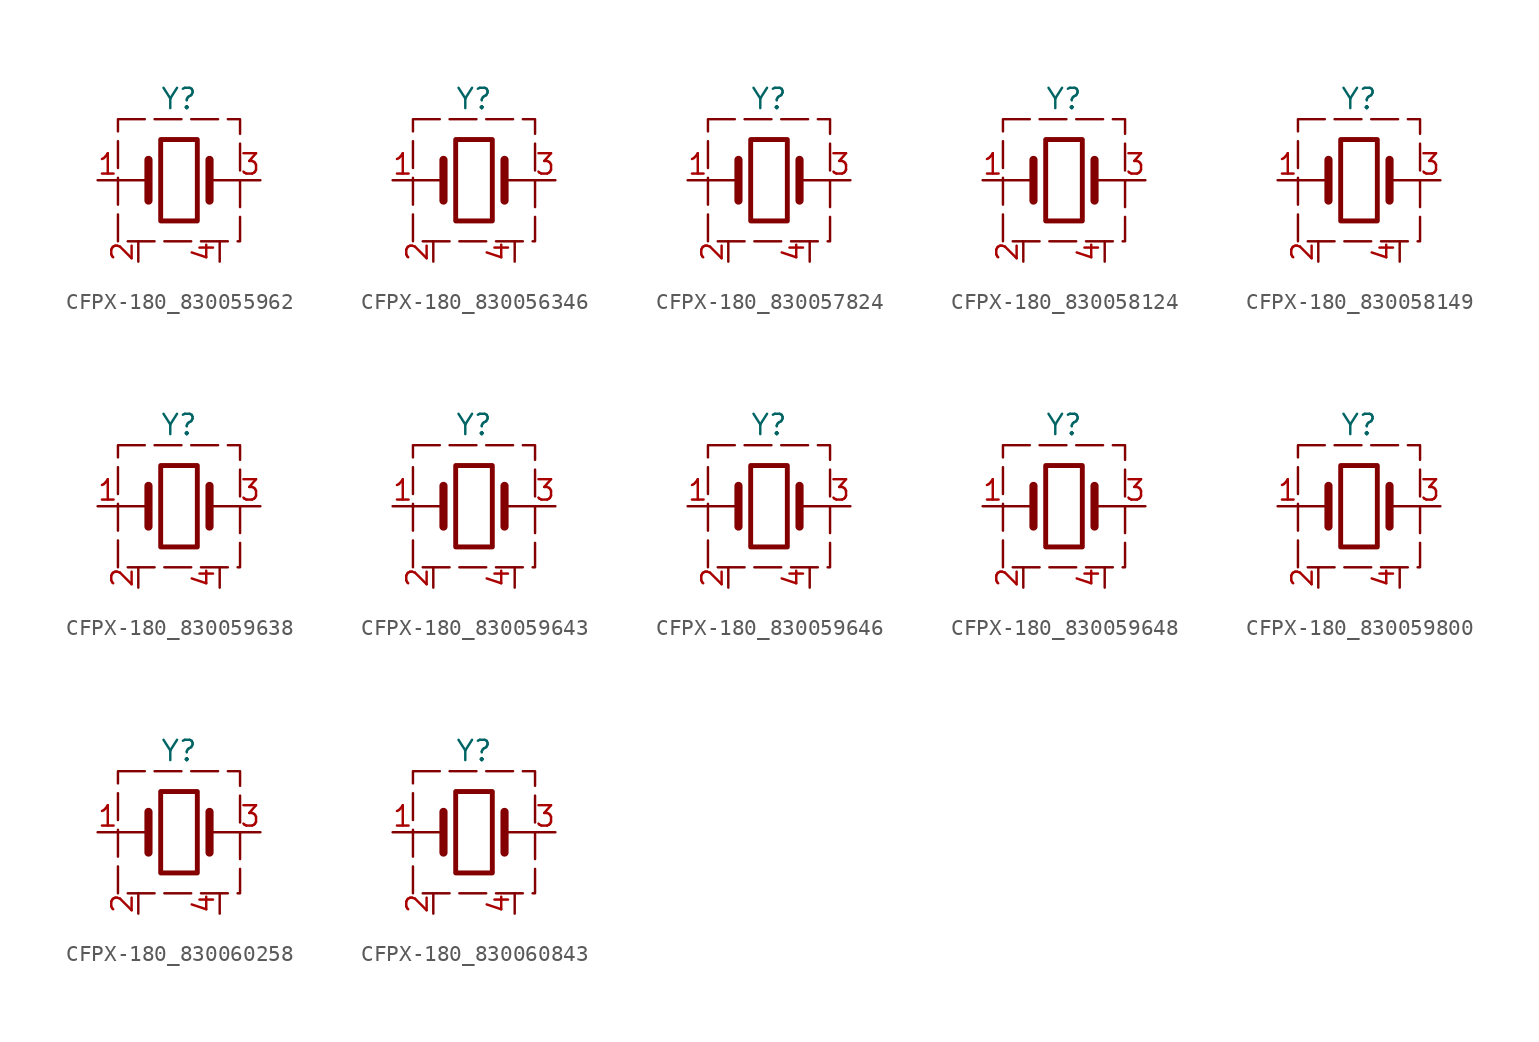
<source format=kicad_sym>
(kicad_symbol_lib
  (version 20220914)
  (generator kicad_symbol_editor)
  (symbol "CFPX-180_830055962"
    (pin_names hide)
    (property "Reference" "Y"
      (at 0 5.08 0)
      (effects (font (size 1.27 1.27))))
    (property "Critical Parameter" ""
      (at 0 -5.08 0)
      (effects (font (size 1.27 1.27)) (justify left)))
    (symbol "CFPX-180_830055962_0_1"
      (rectangle (start -1.143 2.54) (end 1.143 -2.54) (stroke (width 0.305) (type default)) (fill (type none)))
      (polyline (pts (xy -3.81 0) (xy -1.905 0)) (stroke (width 0) (type default)) (fill (type none)))
      (polyline (pts (xy -1.905 -1.27) (xy -1.905 1.27)) (stroke (width 0.508) (type default)) (fill (type none)))
      (polyline (pts (xy 1.905 -1.27) (xy 1.905 1.27)) (stroke (width 0.508) (type default)) (fill (type none)))
      (polyline (pts (xy 3.81 0) (xy 1.905 0)) (stroke (width 0) (type default)) (fill (type none))))
    (symbol "CFPX-180_830055962_1_1"
      (rectangle (start -3.81 3.81) (end 3.81 -3.81) (stroke (width 0) (type dash)) (fill (type none)))
      (pin passive line (at -5.08 0 0) (length 1.27) (name "1" (effects (font (size 1.27 1.27)))) (number "1" (effects (font (size 1.27 1.27)))))
      (pin passive line (at -2.54 -5.08 90) (length 1.27) (name "GND" (effects (font (size 1.27 1.27)))) (number "2" (effects (font (size 1.27 1.27)))))
      (pin passive line (at 5.08 0 180) (length 1.27) (name "3" (effects (font (size 1.27 1.27)))) (number "3" (effects (font (size 1.27 1.27)))))
      (pin passive line (at 2.54 -5.08 90) (length 1.27) (name "GND1" (effects (font (size 1.27 1.27)))) (number "4" (effects (font (size 1.27 1.27)))))))
  (symbol "CFPX-180_830056346"
    (pin_names hide)
    (property "Reference" "Y"
      (at 0 5.08 0)
      (effects (font (size 1.27 1.27))))
    (property "Critical Parameter" ""
      (at 0 -5.08 0)
      (effects (font (size 1.27 1.27)) (justify left)))
    (symbol "CFPX-180_830056346_0_1"
      (rectangle (start -1.143 2.54) (end 1.143 -2.54) (stroke (width 0.305) (type default)) (fill (type none)))
      (polyline (pts (xy -3.81 0) (xy -1.905 0)) (stroke (width 0) (type default)) (fill (type none)))
      (polyline (pts (xy -1.905 -1.27) (xy -1.905 1.27)) (stroke (width 0.508) (type default)) (fill (type none)))
      (polyline (pts (xy 1.905 -1.27) (xy 1.905 1.27)) (stroke (width 0.508) (type default)) (fill (type none)))
      (polyline (pts (xy 3.81 0) (xy 1.905 0)) (stroke (width 0) (type default)) (fill (type none))))
    (symbol "CFPX-180_830056346_1_1"
      (rectangle (start -3.81 3.81) (end 3.81 -3.81) (stroke (width 0) (type dash)) (fill (type none)))
      (pin passive line (at -5.08 0 0) (length 1.27) (name "1" (effects (font (size 1.27 1.27)))) (number "1" (effects (font (size 1.27 1.27)))))
      (pin passive line (at -2.54 -5.08 90) (length 1.27) (name "GND" (effects (font (size 1.27 1.27)))) (number "2" (effects (font (size 1.27 1.27)))))
      (pin passive line (at 5.08 0 180) (length 1.27) (name "3" (effects (font (size 1.27 1.27)))) (number "3" (effects (font (size 1.27 1.27)))))
      (pin passive line (at 2.54 -5.08 90) (length 1.27) (name "GND1" (effects (font (size 1.27 1.27)))) (number "4" (effects (font (size 1.27 1.27)))))))
  (symbol "CFPX-180_830057824"
    (pin_names hide)
    (property "Reference" "Y"
      (at 0 5.08 0)
      (effects (font (size 1.27 1.27))))
    (property "Critical Parameter" ""
      (at 0 -5.08 0)
      (effects (font (size 1.27 1.27)) (justify left)))
    (symbol "CFPX-180_830057824_0_1"
      (rectangle (start -1.143 2.54) (end 1.143 -2.54) (stroke (width 0.305) (type default)) (fill (type none)))
      (polyline (pts (xy -3.81 0) (xy -1.905 0)) (stroke (width 0) (type default)) (fill (type none)))
      (polyline (pts (xy -1.905 -1.27) (xy -1.905 1.27)) (stroke (width 0.508) (type default)) (fill (type none)))
      (polyline (pts (xy 1.905 -1.27) (xy 1.905 1.27)) (stroke (width 0.508) (type default)) (fill (type none)))
      (polyline (pts (xy 3.81 0) (xy 1.905 0)) (stroke (width 0) (type default)) (fill (type none))))
    (symbol "CFPX-180_830057824_1_1"
      (rectangle (start -3.81 3.81) (end 3.81 -3.81) (stroke (width 0) (type dash)) (fill (type none)))
      (pin passive line (at -5.08 0 0) (length 1.27) (name "1" (effects (font (size 1.27 1.27)))) (number "1" (effects (font (size 1.27 1.27)))))
      (pin passive line (at -2.54 -5.08 90) (length 1.27) (name "GND" (effects (font (size 1.27 1.27)))) (number "2" (effects (font (size 1.27 1.27)))))
      (pin passive line (at 5.08 0 180) (length 1.27) (name "3" (effects (font (size 1.27 1.27)))) (number "3" (effects (font (size 1.27 1.27)))))
      (pin passive line (at 2.54 -5.08 90) (length 1.27) (name "GND1" (effects (font (size 1.27 1.27)))) (number "4" (effects (font (size 1.27 1.27)))))))
  (symbol "CFPX-180_830058124"
    (pin_names hide)
    (property "Reference" "Y"
      (at 0 5.08 0)
      (effects (font (size 1.27 1.27))))
    (property "Critical Parameter" ""
      (at 0 -5.08 0)
      (effects (font (size 1.27 1.27)) (justify left)))
    (symbol "CFPX-180_830058124_0_1"
      (rectangle (start -1.143 2.54) (end 1.143 -2.54) (stroke (width 0.305) (type default)) (fill (type none)))
      (polyline (pts (xy -3.81 0) (xy -1.905 0)) (stroke (width 0) (type default)) (fill (type none)))
      (polyline (pts (xy -1.905 -1.27) (xy -1.905 1.27)) (stroke (width 0.508) (type default)) (fill (type none)))
      (polyline (pts (xy 1.905 -1.27) (xy 1.905 1.27)) (stroke (width 0.508) (type default)) (fill (type none)))
      (polyline (pts (xy 3.81 0) (xy 1.905 0)) (stroke (width 0) (type default)) (fill (type none))))
    (symbol "CFPX-180_830058124_1_1"
      (rectangle (start -3.81 3.81) (end 3.81 -3.81) (stroke (width 0) (type dash)) (fill (type none)))
      (pin passive line (at -5.08 0 0) (length 1.27) (name "1" (effects (font (size 1.27 1.27)))) (number "1" (effects (font (size 1.27 1.27)))))
      (pin passive line (at -2.54 -5.08 90) (length 1.27) (name "GND" (effects (font (size 1.27 1.27)))) (number "2" (effects (font (size 1.27 1.27)))))
      (pin passive line (at 5.08 0 180) (length 1.27) (name "3" (effects (font (size 1.27 1.27)))) (number "3" (effects (font (size 1.27 1.27)))))
      (pin passive line (at 2.54 -5.08 90) (length 1.27) (name "GND1" (effects (font (size 1.27 1.27)))) (number "4" (effects (font (size 1.27 1.27)))))))
  (symbol "CFPX-180_830058149"
    (pin_names hide)
    (property "Reference" "Y"
      (at 0 5.08 0)
      (effects (font (size 1.27 1.27))))
    (property "Critical Parameter" ""
      (at 0 -5.08 0)
      (effects (font (size 1.27 1.27)) (justify left)))
    (symbol "CFPX-180_830058149_0_1"
      (rectangle (start -1.143 2.54) (end 1.143 -2.54) (stroke (width 0.305) (type default)) (fill (type none)))
      (polyline (pts (xy -3.81 0) (xy -1.905 0)) (stroke (width 0) (type default)) (fill (type none)))
      (polyline (pts (xy -1.905 -1.27) (xy -1.905 1.27)) (stroke (width 0.508) (type default)) (fill (type none)))
      (polyline (pts (xy 1.905 -1.27) (xy 1.905 1.27)) (stroke (width 0.508) (type default)) (fill (type none)))
      (polyline (pts (xy 3.81 0) (xy 1.905 0)) (stroke (width 0) (type default)) (fill (type none))))
    (symbol "CFPX-180_830058149_1_1"
      (rectangle (start -3.81 3.81) (end 3.81 -3.81) (stroke (width 0) (type dash)) (fill (type none)))
      (pin passive line (at -5.08 0 0) (length 1.27) (name "1" (effects (font (size 1.27 1.27)))) (number "1" (effects (font (size 1.27 1.27)))))
      (pin passive line (at -2.54 -5.08 90) (length 1.27) (name "GND" (effects (font (size 1.27 1.27)))) (number "2" (effects (font (size 1.27 1.27)))))
      (pin passive line (at 5.08 0 180) (length 1.27) (name "3" (effects (font (size 1.27 1.27)))) (number "3" (effects (font (size 1.27 1.27)))))
      (pin passive line (at 2.54 -5.08 90) (length 1.27) (name "GND1" (effects (font (size 1.27 1.27)))) (number "4" (effects (font (size 1.27 1.27)))))))
  (symbol "CFPX-180_830059638"
    (pin_names hide)
    (property "Reference" "Y"
      (at 0 5.08 0)
      (effects (font (size 1.27 1.27))))
    (property "Critical Parameter" ""
      (at 0 -5.08 0)
      (effects (font (size 1.27 1.27)) (justify left)))
    (symbol "CFPX-180_830059638_0_1"
      (rectangle (start -1.143 2.54) (end 1.143 -2.54) (stroke (width 0.305) (type default)) (fill (type none)))
      (polyline (pts (xy -3.81 0) (xy -1.905 0)) (stroke (width 0) (type default)) (fill (type none)))
      (polyline (pts (xy -1.905 -1.27) (xy -1.905 1.27)) (stroke (width 0.508) (type default)) (fill (type none)))
      (polyline (pts (xy 1.905 -1.27) (xy 1.905 1.27)) (stroke (width 0.508) (type default)) (fill (type none)))
      (polyline (pts (xy 3.81 0) (xy 1.905 0)) (stroke (width 0) (type default)) (fill (type none))))
    (symbol "CFPX-180_830059638_1_1"
      (rectangle (start -3.81 3.81) (end 3.81 -3.81) (stroke (width 0) (type dash)) (fill (type none)))
      (pin passive line (at -5.08 0 0) (length 1.27) (name "1" (effects (font (size 1.27 1.27)))) (number "1" (effects (font (size 1.27 1.27)))))
      (pin passive line (at -2.54 -5.08 90) (length 1.27) (name "GND" (effects (font (size 1.27 1.27)))) (number "2" (effects (font (size 1.27 1.27)))))
      (pin passive line (at 5.08 0 180) (length 1.27) (name "3" (effects (font (size 1.27 1.27)))) (number "3" (effects (font (size 1.27 1.27)))))
      (pin passive line (at 2.54 -5.08 90) (length 1.27) (name "GND1" (effects (font (size 1.27 1.27)))) (number "4" (effects (font (size 1.27 1.27)))))))
  (symbol "CFPX-180_830059643"
    (pin_names hide)
    (property "Reference" "Y"
      (at 0 5.08 0)
      (effects (font (size 1.27 1.27))))
    (property "Critical Parameter" ""
      (at 0 -5.08 0)
      (effects (font (size 1.27 1.27)) (justify left)))
    (symbol "CFPX-180_830059643_0_1"
      (rectangle (start -1.143 2.54) (end 1.143 -2.54) (stroke (width 0.305) (type default)) (fill (type none)))
      (polyline (pts (xy -3.81 0) (xy -1.905 0)) (stroke (width 0) (type default)) (fill (type none)))
      (polyline (pts (xy -1.905 -1.27) (xy -1.905 1.27)) (stroke (width 0.508) (type default)) (fill (type none)))
      (polyline (pts (xy 1.905 -1.27) (xy 1.905 1.27)) (stroke (width 0.508) (type default)) (fill (type none)))
      (polyline (pts (xy 3.81 0) (xy 1.905 0)) (stroke (width 0) (type default)) (fill (type none))))
    (symbol "CFPX-180_830059643_1_1"
      (rectangle (start -3.81 3.81) (end 3.81 -3.81) (stroke (width 0) (type dash)) (fill (type none)))
      (pin passive line (at -5.08 0 0) (length 1.27) (name "1" (effects (font (size 1.27 1.27)))) (number "1" (effects (font (size 1.27 1.27)))))
      (pin passive line (at -2.54 -5.08 90) (length 1.27) (name "GND" (effects (font (size 1.27 1.27)))) (number "2" (effects (font (size 1.27 1.27)))))
      (pin passive line (at 5.08 0 180) (length 1.27) (name "3" (effects (font (size 1.27 1.27)))) (number "3" (effects (font (size 1.27 1.27)))))
      (pin passive line (at 2.54 -5.08 90) (length 1.27) (name "GND1" (effects (font (size 1.27 1.27)))) (number "4" (effects (font (size 1.27 1.27)))))))
  (symbol "CFPX-180_830059646"
    (pin_names hide)
    (property "Reference" "Y"
      (at 0 5.08 0)
      (effects (font (size 1.27 1.27))))
    (property "Critical Parameter" ""
      (at 0 -5.08 0)
      (effects (font (size 1.27 1.27)) (justify left)))
    (symbol "CFPX-180_830059646_0_1"
      (rectangle (start -1.143 2.54) (end 1.143 -2.54) (stroke (width 0.305) (type default)) (fill (type none)))
      (polyline (pts (xy -3.81 0) (xy -1.905 0)) (stroke (width 0) (type default)) (fill (type none)))
      (polyline (pts (xy -1.905 -1.27) (xy -1.905 1.27)) (stroke (width 0.508) (type default)) (fill (type none)))
      (polyline (pts (xy 1.905 -1.27) (xy 1.905 1.27)) (stroke (width 0.508) (type default)) (fill (type none)))
      (polyline (pts (xy 3.81 0) (xy 1.905 0)) (stroke (width 0) (type default)) (fill (type none))))
    (symbol "CFPX-180_830059646_1_1"
      (rectangle (start -3.81 3.81) (end 3.81 -3.81) (stroke (width 0) (type dash)) (fill (type none)))
      (pin passive line (at -5.08 0 0) (length 1.27) (name "1" (effects (font (size 1.27 1.27)))) (number "1" (effects (font (size 1.27 1.27)))))
      (pin passive line (at -2.54 -5.08 90) (length 1.27) (name "GND" (effects (font (size 1.27 1.27)))) (number "2" (effects (font (size 1.27 1.27)))))
      (pin passive line (at 5.08 0 180) (length 1.27) (name "3" (effects (font (size 1.27 1.27)))) (number "3" (effects (font (size 1.27 1.27)))))
      (pin passive line (at 2.54 -5.08 90) (length 1.27) (name "GND1" (effects (font (size 1.27 1.27)))) (number "4" (effects (font (size 1.27 1.27)))))))
  (symbol "CFPX-180_830059648"
    (pin_names hide)
    (property "Reference" "Y"
      (at 0 5.08 0)
      (effects (font (size 1.27 1.27))))
    (property "Critical Parameter" ""
      (at 0 -5.08 0)
      (effects (font (size 1.27 1.27)) (justify left)))
    (symbol "CFPX-180_830059648_0_1"
      (rectangle (start -1.143 2.54) (end 1.143 -2.54) (stroke (width 0.305) (type default)) (fill (type none)))
      (polyline (pts (xy -3.81 0) (xy -1.905 0)) (stroke (width 0) (type default)) (fill (type none)))
      (polyline (pts (xy -1.905 -1.27) (xy -1.905 1.27)) (stroke (width 0.508) (type default)) (fill (type none)))
      (polyline (pts (xy 1.905 -1.27) (xy 1.905 1.27)) (stroke (width 0.508) (type default)) (fill (type none)))
      (polyline (pts (xy 3.81 0) (xy 1.905 0)) (stroke (width 0) (type default)) (fill (type none))))
    (symbol "CFPX-180_830059648_1_1"
      (rectangle (start -3.81 3.81) (end 3.81 -3.81) (stroke (width 0) (type dash)) (fill (type none)))
      (pin passive line (at -5.08 0 0) (length 1.27) (name "1" (effects (font (size 1.27 1.27)))) (number "1" (effects (font (size 1.27 1.27)))))
      (pin passive line (at -2.54 -5.08 90) (length 1.27) (name "GND" (effects (font (size 1.27 1.27)))) (number "2" (effects (font (size 1.27 1.27)))))
      (pin passive line (at 5.08 0 180) (length 1.27) (name "3" (effects (font (size 1.27 1.27)))) (number "3" (effects (font (size 1.27 1.27)))))
      (pin passive line (at 2.54 -5.08 90) (length 1.27) (name "GND1" (effects (font (size 1.27 1.27)))) (number "4" (effects (font (size 1.27 1.27)))))))
  (symbol "CFPX-180_830059800"
    (pin_names hide)
    (property "Reference" "Y"
      (at 0 5.08 0)
      (effects (font (size 1.27 1.27))))
    (property "Critical Parameter" ""
      (at 0 -5.08 0)
      (effects (font (size 1.27 1.27)) (justify left)))
    (symbol "CFPX-180_830059800_0_1"
      (rectangle (start -1.143 2.54) (end 1.143 -2.54) (stroke (width 0.305) (type default)) (fill (type none)))
      (polyline (pts (xy -3.81 0) (xy -1.905 0)) (stroke (width 0) (type default)) (fill (type none)))
      (polyline (pts (xy -1.905 -1.27) (xy -1.905 1.27)) (stroke (width 0.508) (type default)) (fill (type none)))
      (polyline (pts (xy 1.905 -1.27) (xy 1.905 1.27)) (stroke (width 0.508) (type default)) (fill (type none)))
      (polyline (pts (xy 3.81 0) (xy 1.905 0)) (stroke (width 0) (type default)) (fill (type none))))
    (symbol "CFPX-180_830059800_1_1"
      (rectangle (start -3.81 3.81) (end 3.81 -3.81) (stroke (width 0) (type dash)) (fill (type none)))
      (pin passive line (at -5.08 0 0) (length 1.27) (name "1" (effects (font (size 1.27 1.27)))) (number "1" (effects (font (size 1.27 1.27)))))
      (pin passive line (at -2.54 -5.08 90) (length 1.27) (name "GND" (effects (font (size 1.27 1.27)))) (number "2" (effects (font (size 1.27 1.27)))))
      (pin passive line (at 5.08 0 180) (length 1.27) (name "3" (effects (font (size 1.27 1.27)))) (number "3" (effects (font (size 1.27 1.27)))))
      (pin passive line (at 2.54 -5.08 90) (length 1.27) (name "GND1" (effects (font (size 1.27 1.27)))) (number "4" (effects (font (size 1.27 1.27)))))))
  (symbol "CFPX-180_830060258"
    (pin_names hide)
    (property "Reference" "Y"
      (at 0 5.08 0)
      (effects (font (size 1.27 1.27))))
    (property "Critical Parameter" ""
      (at 0 -5.08 0)
      (effects (font (size 1.27 1.27)) (justify left)))
    (symbol "CFPX-180_830060258_0_1"
      (rectangle (start -1.143 2.54) (end 1.143 -2.54) (stroke (width 0.305) (type default)) (fill (type none)))
      (polyline (pts (xy -3.81 0) (xy -1.905 0)) (stroke (width 0) (type default)) (fill (type none)))
      (polyline (pts (xy -1.905 -1.27) (xy -1.905 1.27)) (stroke (width 0.508) (type default)) (fill (type none)))
      (polyline (pts (xy 1.905 -1.27) (xy 1.905 1.27)) (stroke (width 0.508) (type default)) (fill (type none)))
      (polyline (pts (xy 3.81 0) (xy 1.905 0)) (stroke (width 0) (type default)) (fill (type none))))
    (symbol "CFPX-180_830060258_1_1"
      (rectangle (start -3.81 3.81) (end 3.81 -3.81) (stroke (width 0) (type dash)) (fill (type none)))
      (pin passive line (at -5.08 0 0) (length 1.27) (name "1" (effects (font (size 1.27 1.27)))) (number "1" (effects (font (size 1.27 1.27)))))
      (pin passive line (at -2.54 -5.08 90) (length 1.27) (name "GND" (effects (font (size 1.27 1.27)))) (number "2" (effects (font (size 1.27 1.27)))))
      (pin passive line (at 5.08 0 180) (length 1.27) (name "3" (effects (font (size 1.27 1.27)))) (number "3" (effects (font (size 1.27 1.27)))))
      (pin passive line (at 2.54 -5.08 90) (length 1.27) (name "GND1" (effects (font (size 1.27 1.27)))) (number "4" (effects (font (size 1.27 1.27)))))))
  (symbol "CFPX-180_830060843"
    (pin_names hide)
    (property "Reference" "Y"
      (at 0 5.08 0)
      (effects (font (size 1.27 1.27))))
    (property "Critical Parameter" ""
      (at 0 -5.08 0)
      (effects (font (size 1.27 1.27)) (justify left)))
    (symbol "CFPX-180_830060843_0_1"
      (rectangle (start -1.143 2.54) (end 1.143 -2.54) (stroke (width 0.305) (type default)) (fill (type none)))
      (polyline (pts (xy -3.81 0) (xy -1.905 0)) (stroke (width 0) (type default)) (fill (type none)))
      (polyline (pts (xy -1.905 -1.27) (xy -1.905 1.27)) (stroke (width 0.508) (type default)) (fill (type none)))
      (polyline (pts (xy 1.905 -1.27) (xy 1.905 1.27)) (stroke (width 0.508) (type default)) (fill (type none)))
      (polyline (pts (xy 3.81 0) (xy 1.905 0)) (stroke (width 0) (type default)) (fill (type none))))
    (symbol "CFPX-180_830060843_1_1"
      (rectangle (start -3.81 3.81) (end 3.81 -3.81) (stroke (width 0) (type dash)) (fill (type none)))
      (pin passive line (at -5.08 0 0) (length 1.27) (name "1" (effects (font (size 1.27 1.27)))) (number "1" (effects (font (size 1.27 1.27)))))
      (pin passive line (at -2.54 -5.08 90) (length 1.27) (name "GND" (effects (font (size 1.27 1.27)))) (number "2" (effects (font (size 1.27 1.27)))))
      (pin passive line (at 5.08 0 180) (length 1.27) (name "3" (effects (font (size 1.27 1.27)))) (number "3" (effects (font (size 1.27 1.27)))))
      (pin passive line (at 2.54 -5.08 90) (length 1.27) (name "GND1" (effects (font (size 1.27 1.27)))) (number "4" (effects (font (size 1.27 1.27))))))))
</source>
